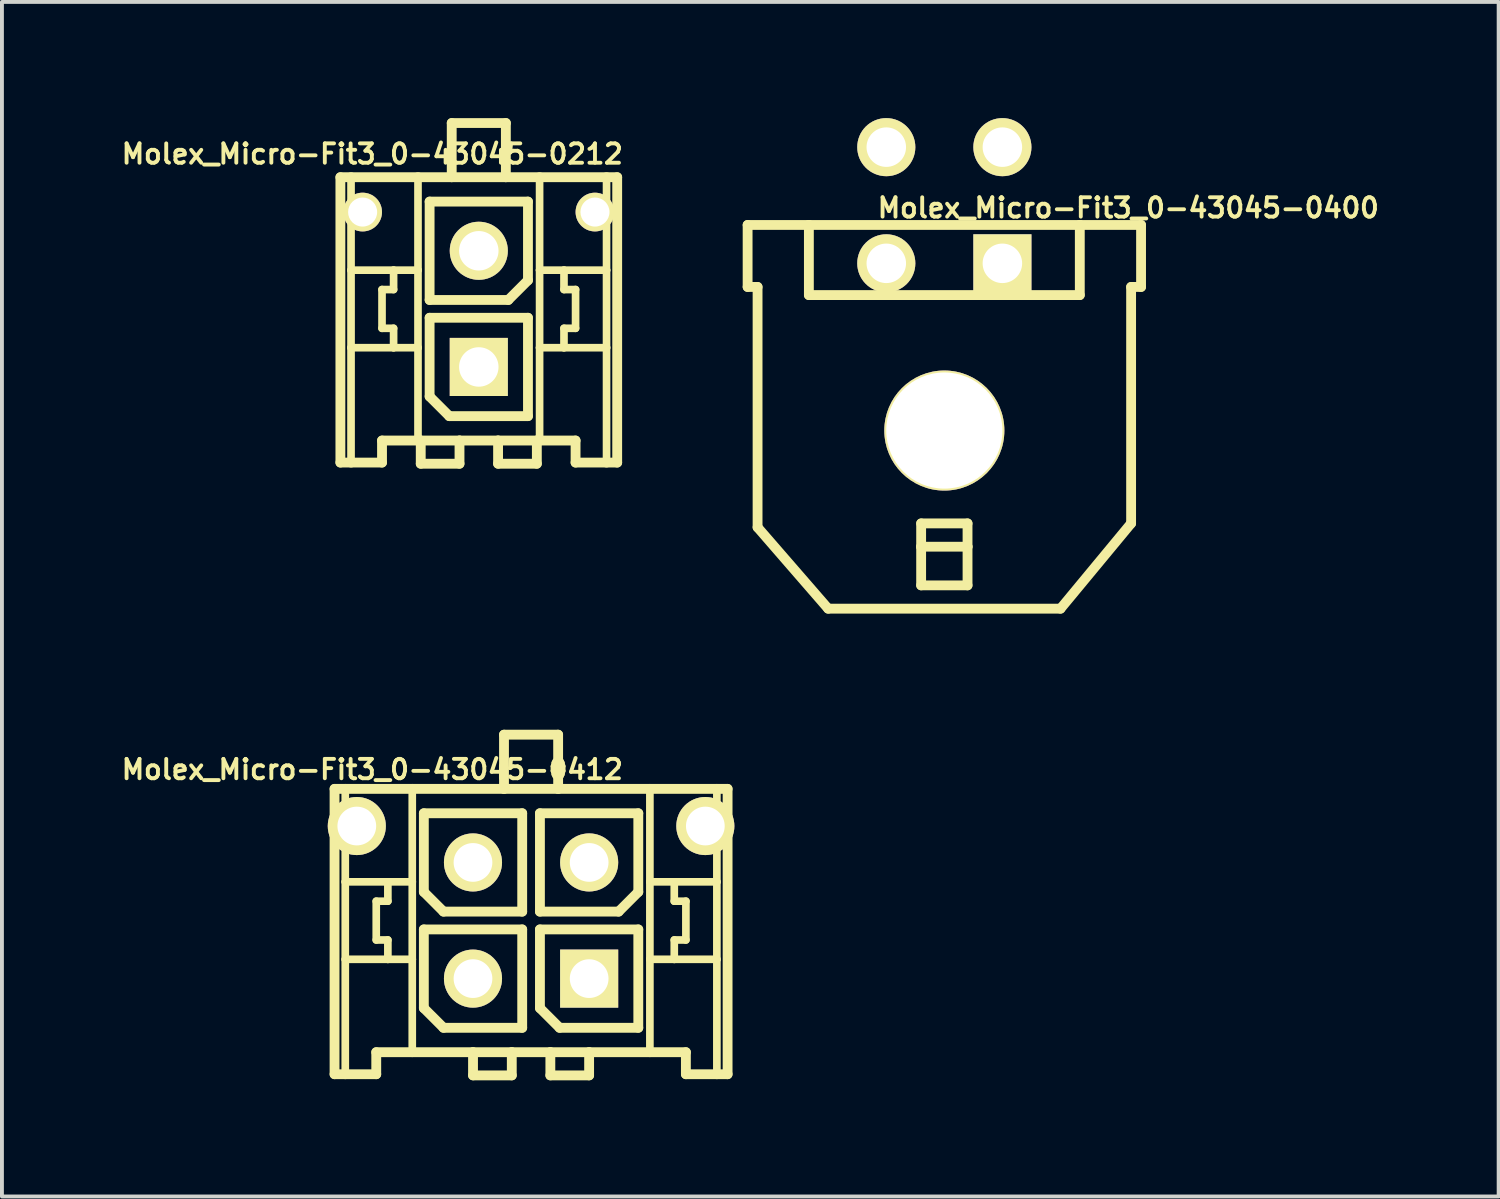
<source format=kicad_pcb>
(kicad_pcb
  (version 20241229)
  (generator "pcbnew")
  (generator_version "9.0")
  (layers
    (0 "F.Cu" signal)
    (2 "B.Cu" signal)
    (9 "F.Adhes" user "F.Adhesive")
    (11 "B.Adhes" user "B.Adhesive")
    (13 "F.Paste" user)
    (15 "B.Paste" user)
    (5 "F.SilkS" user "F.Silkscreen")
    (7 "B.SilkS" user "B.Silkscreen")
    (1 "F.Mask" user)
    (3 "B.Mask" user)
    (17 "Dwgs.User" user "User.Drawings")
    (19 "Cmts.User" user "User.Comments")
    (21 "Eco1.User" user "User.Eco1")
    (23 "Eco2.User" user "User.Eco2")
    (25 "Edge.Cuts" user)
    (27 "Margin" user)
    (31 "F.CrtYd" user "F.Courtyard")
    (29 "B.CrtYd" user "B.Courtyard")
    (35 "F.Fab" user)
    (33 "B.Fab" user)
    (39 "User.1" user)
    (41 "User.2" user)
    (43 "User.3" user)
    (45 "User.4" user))
  (footprint "Molex_Micro-Fit3_0-43045-0400"
    (layer "F.Cu")
    (at 21.336 8.068)
    (property "Reference" "Molex_Micro-Fit3_0-43045-0400" (at 4.75 -5.75 0) (layer "F.SilkS") (effects (font (size 0.5 0.5) (thickness 0.1))))
    (attr exclude_from_pos_files exclude_from_bom)
    (fp_line (start -5.08 -5.309) (end -5.08 -3.708) (stroke (width 0.254) (type solid)) (layer "F.SilkS"))
    (fp_line (start -5.08 -5.309) (end -3.498 -5.309) (stroke (width 0.254) (type solid)) (layer "F.SilkS"))
    (fp_line (start -5.08 -3.708) (end -4.823 -3.708) (stroke (width 0.254) (type solid)) (layer "F.SilkS"))
    (fp_line (start -4.823 2.499) (end -4.823 -3.708) (stroke (width 0.254) (type solid)) (layer "F.SilkS"))
    (fp_line (start -4.823 2.499) (end -3 4.6) (stroke (width 0.254) (type solid)) (layer "F.SilkS"))
    (fp_line (start -3.498 -5.309) (end -3.498 -3.498) (stroke (width 0.254) (type solid)) (layer "F.SilkS"))
    (fp_line (start -3.498 -5.309) (end 3.498 -5.309) (stroke (width 0.254) (type solid)) (layer "F.SilkS"))
    (fp_line (start -3.498 -3.498) (end 3.498 -3.498) (stroke (width 0.254) (type solid)) (layer "F.SilkS"))
    (fp_line (start -0.599 2.398) (end 0.599 2.398) (stroke (width 0.254) (type solid)) (layer "F.SilkS"))
    (fp_line (start -0.599 3) (end -0.599 2.398) (stroke (width 0.254) (type solid)) (layer "F.SilkS"))
    (fp_line (start -0.599 3) (end 0.599 3) (stroke (width 0.254) (type solid)) (layer "F.SilkS"))
    (fp_line (start -0.599 3.998) (end -0.599 3) (stroke (width 0.254) (type solid)) (layer "F.SilkS"))
    (fp_line (start 0.599 2.398) (end 0.599 3) (stroke (width 0.254) (type solid)) (layer "F.SilkS"))
    (fp_line (start 0.599 3) (end 0.599 3.998) (stroke (width 0.254) (type solid)) (layer "F.SilkS"))
    (fp_line (start 0.599 3.998) (end -0.599 3.998) (stroke (width 0.254) (type solid)) (layer "F.SilkS"))
    (fp_line (start 3 4.6) (end -3 4.6) (stroke (width 0.254) (type solid)) (layer "F.SilkS"))
    (fp_line (start 3.498 -5.309) (end 5.08 -5.309) (stroke (width 0.254) (type solid)) (layer "F.SilkS"))
    (fp_line (start 3.498 -3.498) (end 3.498 -5.309) (stroke (width 0.254) (type solid)) (layer "F.SilkS"))
    (fp_line (start 4.823 -3.708) (end 4.823 2.398) (stroke (width 0.254) (type solid)) (layer "F.SilkS"))
    (fp_line (start 4.823 2.398) (end 3 4.6) (stroke (width 0.254) (type solid)) (layer "F.SilkS"))
    (fp_line (start 5.08 -5.309) (end 5.08 -3.708) (stroke (width 0.254) (type solid)) (layer "F.SilkS"))
    (fp_line (start 5.08 -3.708) (end 4.823 -3.708) (stroke (width 0.254) (type solid)) (layer "F.SilkS"))
    (pad "1" thru_hole rect (at 1.499 -4.318) (size 1.5 1.5) (drill 1.02) (layers "*.Cu" "*.Mask" "F.SilkS" "F.Paste"))
    (pad "2" thru_hole circle (at -1.499 -4.318) (size 1.5 1.5) (drill 1.02) (layers "*.Cu" "*.Mask" "F.SilkS" "F.Paste"))
    (pad "3" thru_hole circle (at 1.499 -7.318) (size 1.5 1.5) (drill 1.02) (layers "*.Cu" "*.Mask" "F.SilkS" "F.Paste"))
    (pad "4" thru_hole circle (at -1.499 -7.318) (size 1.5 1.5) (drill 1.02) (layers "*.Cu" "*.Mask" "F.SilkS" "F.Paste"))
    (pad "5" thru_hole circle (at 0 0) (size 3.1 3.1) (drill 3) (layers "*.Cu" "*.Mask" "F.SilkS" "F.Paste")))
  (footprint "Molex_Micro-Fit3_0-43045-0212"
    (layer "F.Cu")
    (at 9.314 6.426)
    (property "Reference" "Molex_Micro-Fit3_0-43045-0212" (at -2.75 -5.5 0) (layer "F.SilkS") (effects (font (size 0.5 0.5) (thickness 0.1))))
    (attr exclude_from_pos_files exclude_from_bom)
    (fp_line (start -3.574 -4.9) (end -3.299 -4.9) (stroke (width 0.254) (type solid)) (layer "F.SilkS"))
    (fp_line (start -3.574 2.469) (end -3.574 -4.9) (stroke (width 0.254) (type solid)) (layer "F.SilkS"))
    (fp_line (start -3.299 -4.9) (end -1.57 -4.9) (stroke (width 0.254) (type solid)) (layer "F.SilkS"))
    (fp_line (start -3.299 -2.499) (end -3.299 -4.9) (stroke (width 0.198) (type solid)) (layer "F.SilkS"))
    (fp_line (start -3.299 -0.498) (end -3.299 -2.499) (stroke (width 0.198) (type solid)) (layer "F.SilkS"))
    (fp_line (start -3.299 2.469) (end -3.574 2.469) (stroke (width 0.254) (type solid)) (layer "F.SilkS"))
    (fp_line (start -3.299 2.469) (end -3.299 -0.498) (stroke (width 0.198) (type solid)) (layer "F.SilkS"))
    (fp_line (start -2.499 -1.999) (end -2.499 -0.998) (stroke (width 0.198) (type solid)) (layer "F.SilkS"))
    (fp_line (start -2.499 -0.998) (end -2.2 -0.998) (stroke (width 0.198) (type solid)) (layer "F.SilkS"))
    (fp_line (start -2.499 1.9) (end -2.499 2.469) (stroke (width 0.254) (type solid)) (layer "F.SilkS"))
    (fp_line (start -2.499 2.469) (end -3.299 2.469) (stroke (width 0.254) (type solid)) (layer "F.SilkS"))
    (fp_line (start -2.2 -2.499) (end -3.299 -2.499) (stroke (width 0.198) (type solid)) (layer "F.SilkS"))
    (fp_line (start -2.2 -2.499) (end -2.2 -1.999) (stroke (width 0.198) (type solid)) (layer "F.SilkS"))
    (fp_line (start -2.2 -1.999) (end -2.499 -1.999) (stroke (width 0.198) (type solid)) (layer "F.SilkS"))
    (fp_line (start -2.2 -0.998) (end -2.2 -0.498) (stroke (width 0.198) (type solid)) (layer "F.SilkS"))
    (fp_line (start -2.2 -0.498) (end -3.299 -0.498) (stroke (width 0.198) (type solid)) (layer "F.SilkS"))
    (fp_line (start -1.57 -4.9) (end -0.699 -4.9) (stroke (width 0.254) (type solid)) (layer "F.SilkS"))
    (fp_line (start -1.57 -2.499) (end -2.2 -2.499) (stroke (width 0.198) (type solid)) (layer "F.SilkS"))
    (fp_line (start -1.57 -2.499) (end -1.57 -4.9) (stroke (width 0.198) (type solid)) (layer "F.SilkS"))
    (fp_line (start -1.57 -0.498) (end -2.2 -0.498) (stroke (width 0.198) (type solid)) (layer "F.SilkS"))
    (fp_line (start -1.57 -0.498) (end -1.57 -2.499) (stroke (width 0.198) (type solid)) (layer "F.SilkS"))
    (fp_line (start -1.57 1.9) (end -2.499 1.9) (stroke (width 0.254) (type solid)) (layer "F.SilkS"))
    (fp_line (start -1.57 1.9) (end -1.57 -0.498) (stroke (width 0.198) (type solid)) (layer "F.SilkS"))
    (fp_line (start -1.499 1.9) (end -1.57 1.9) (stroke (width 0.254) (type solid)) (layer "F.SilkS"))
    (fp_line (start -1.499 1.9) (end -1.499 2.499) (stroke (width 0.254) (type solid)) (layer "F.SilkS"))
    (fp_line (start -1.499 2.499) (end -0.498 2.499) (stroke (width 0.254) (type solid)) (layer "F.SilkS"))
    (fp_line (start -1.27 -4.27) (end -1.27 -1.73) (stroke (width 0.254) (type solid)) (layer "F.SilkS"))
    (fp_line (start -1.27 -1.73) (end 0.762 -1.73) (stroke (width 0.254) (type solid)) (layer "F.SilkS"))
    (fp_line (start -1.27 -1.27) (end 1.27 -1.27) (stroke (width 0.254) (type solid)) (layer "F.SilkS"))
    (fp_line (start -1.27 0.762) (end -1.27 -1.27) (stroke (width 0.254) (type solid)) (layer "F.SilkS"))
    (fp_line (start -0.762 1.27) (end -1.27 0.762) (stroke (width 0.254) (type solid)) (layer "F.SilkS"))
    (fp_line (start -0.699 -6.299) (end -0.699 -4.9) (stroke (width 0.254) (type solid)) (layer "F.SilkS"))
    (fp_line (start -0.699 -6.299) (end 0.699 -6.299) (stroke (width 0.254) (type solid)) (layer "F.SilkS"))
    (fp_line (start -0.699 -4.9) (end 0.699 -4.9) (stroke (width 0.254) (type solid)) (layer "F.SilkS"))
    (fp_line (start -0.498 1.9) (end -1.499 1.9) (stroke (width 0.254) (type solid)) (layer "F.SilkS"))
    (fp_line (start -0.498 2.499) (end -0.498 1.9) (stroke (width 0.254) (type solid)) (layer "F.SilkS"))
    (fp_line (start 0.498 1.9) (end -0.498 1.9) (stroke (width 0.254) (type solid)) (layer "F.SilkS"))
    (fp_line (start 0.498 1.9) (end 0.498 2.499) (stroke (width 0.254) (type solid)) (layer "F.SilkS"))
    (fp_line (start 0.498 2.499) (end 1.499 2.499) (stroke (width 0.254) (type solid)) (layer "F.SilkS"))
    (fp_line (start 0.699 -6.299) (end 0.699 -4.9) (stroke (width 0.254) (type solid)) (layer "F.SilkS"))
    (fp_line (start 0.699 -4.9) (end 1.57 -4.9) (stroke (width 0.254) (type solid)) (layer "F.SilkS"))
    (fp_line (start 0.762 -1.73) (end 1.27 -2.238) (stroke (width 0.254) (type solid)) (layer "F.SilkS"))
    (fp_line (start 1.27 -4.27) (end -1.27 -4.27) (stroke (width 0.254) (type solid)) (layer "F.SilkS"))
    (fp_line (start 1.27 -2.238) (end 1.27 -4.27) (stroke (width 0.254) (type solid)) (layer "F.SilkS"))
    (fp_line (start 1.27 -1.27) (end 1.27 1.27) (stroke (width 0.254) (type solid)) (layer "F.SilkS"))
    (fp_line (start 1.27 1.27) (end -0.762 1.27) (stroke (width 0.254) (type solid)) (layer "F.SilkS"))
    (fp_line (start 1.499 1.9) (end 0.498 1.9) (stroke (width 0.254) (type solid)) (layer "F.SilkS"))
    (fp_line (start 1.499 2.499) (end 1.499 1.9) (stroke (width 0.254) (type solid)) (layer "F.SilkS"))
    (fp_line (start 1.57 -4.9) (end 1.57 -2.499) (stroke (width 0.198) (type solid)) (layer "F.SilkS"))
    (fp_line (start 1.57 -4.9) (end 3.299 -4.9) (stroke (width 0.254) (type solid)) (layer "F.SilkS"))
    (fp_line (start 1.57 -2.499) (end 1.57 -0.498) (stroke (width 0.198) (type solid)) (layer "F.SilkS"))
    (fp_line (start 1.57 -2.499) (end 2.2 -2.499) (stroke (width 0.198) (type solid)) (layer "F.SilkS"))
    (fp_line (start 1.57 -0.498) (end 1.57 1.9) (stroke (width 0.198) (type solid)) (layer "F.SilkS"))
    (fp_line (start 1.57 -0.498) (end 2.2 -0.498) (stroke (width 0.198) (type solid)) (layer "F.SilkS"))
    (fp_line (start 1.57 1.9) (end 1.499 1.9) (stroke (width 0.254) (type solid)) (layer "F.SilkS"))
    (fp_line (start 2.2 -2.499) (end 2.2 -1.999) (stroke (width 0.198) (type solid)) (layer "F.SilkS"))
    (fp_line (start 2.2 -2.499) (end 3.299 -2.499) (stroke (width 0.198) (type solid)) (layer "F.SilkS"))
    (fp_line (start 2.2 -1.999) (end 2.499 -1.999) (stroke (width 0.198) (type solid)) (layer "F.SilkS"))
    (fp_line (start 2.2 -0.998) (end 2.2 -0.498) (stroke (width 0.198) (type solid)) (layer "F.SilkS"))
    (fp_line (start 2.2 -0.498) (end 3.299 -0.498) (stroke (width 0.198) (type solid)) (layer "F.SilkS"))
    (fp_line (start 2.499 -1.999) (end 2.499 -0.998) (stroke (width 0.198) (type solid)) (layer "F.SilkS"))
    (fp_line (start 2.499 -0.998) (end 2.2 -0.998) (stroke (width 0.198) (type solid)) (layer "F.SilkS"))
    (fp_line (start 2.499 1.9) (end 1.57 1.9) (stroke (width 0.254) (type solid)) (layer "F.SilkS"))
    (fp_line (start 2.499 2.469) (end 2.499 1.9) (stroke (width 0.254) (type solid)) (layer "F.SilkS"))
    (fp_line (start 2.499 2.469) (end 3.299 2.469) (stroke (width 0.254) (type solid)) (layer "F.SilkS"))
    (fp_line (start 3.299 -4.9) (end 3.574 -4.9) (stroke (width 0.254) (type solid)) (layer "F.SilkS"))
    (fp_line (start 3.299 -2.499) (end 3.299 -4.9) (stroke (width 0.198) (type solid)) (layer "F.SilkS"))
    (fp_line (start 3.299 -0.498) (end 3.299 -2.499) (stroke (width 0.198) (type solid)) (layer "F.SilkS"))
    (fp_line (start 3.299 2.469) (end 3.299 -0.498) (stroke (width 0.198) (type solid)) (layer "F.SilkS"))
    (fp_line (start 3.299 2.469) (end 3.574 2.469) (stroke (width 0.254) (type solid)) (layer "F.SilkS"))
    (fp_line (start 3.574 -4.9) (end 3.574 2.469) (stroke (width 0.254) (type solid)) (layer "F.SilkS"))
    (pad "1" thru_hole rect (at 0 0) (size 1.5 1.5) (drill 1.019) (layers "*.Cu" "F.Mask" "F.SilkS" "F.Paste"))
    (pad "2" thru_hole circle (at 0 -3) (size 1.5 1.5) (drill 1.019) (layers "*.Cu" "F.Mask" "F.SilkS" "F.Paste"))
    (pad "3" thru_hole circle (at -3 -4) (size 1 1) (drill 0.75) (layers "*.Cu" "F.Mask" "F.SilkS" "F.Paste"))
    (pad "3" thru_hole circle (at 3 -4) (size 1 1) (drill 0.75) (layers "*.Cu" "F.Mask" "F.SilkS" "F.Paste")))
  (footprint "Molex_Micro-Fit3_0-43045-0412"
    (layer "F.Cu")
    (at 10.664 20.721)
    (property "Reference" "Molex_Micro-Fit3_0-43045-0412" (at -4.1 -3.9 0) (layer "F.SilkS") (effects (font (size 0.5 0.5) (thickness 0.1))))
    (attr exclude_from_pos_files exclude_from_bom)
    (fp_line (start -5.075 -3.4) (end -4.798 -3.4) (stroke (width 0.254) (type solid)) (layer "F.SilkS"))
    (fp_line (start -5.075 3.969) (end -5.075 -3.4) (stroke (width 0.254) (type solid)) (layer "F.SilkS"))
    (fp_line (start -4.798 -3.4) (end -3.068 -3.4) (stroke (width 0.254) (type solid)) (layer "F.SilkS"))
    (fp_line (start -4.798 -0.999) (end -4.798 -3.4) (stroke (width 0.198) (type solid)) (layer "F.SilkS"))
    (fp_line (start -4.798 1.002) (end -4.798 -0.999) (stroke (width 0.198) (type solid)) (layer "F.SilkS"))
    (fp_line (start -4.798 3.969) (end -5.075 3.969) (stroke (width 0.254) (type solid)) (layer "F.SilkS"))
    (fp_line (start -4.798 3.969) (end -4.798 1.002) (stroke (width 0.198) (type solid)) (layer "F.SilkS"))
    (fp_line (start -3.998 -0.499) (end -3.998 0.502) (stroke (width 0.198) (type solid)) (layer "F.SilkS"))
    (fp_line (start -3.998 0.502) (end -3.698 0.502) (stroke (width 0.198) (type solid)) (layer "F.SilkS"))
    (fp_line (start -3.998 3.4) (end -3.998 3.969) (stroke (width 0.254) (type solid)) (layer "F.SilkS"))
    (fp_line (start -3.998 3.969) (end -4.798 3.969) (stroke (width 0.254) (type solid)) (layer "F.SilkS"))
    (fp_line (start -3.698 -0.999) (end -4.798 -0.999) (stroke (width 0.198) (type solid)) (layer "F.SilkS"))
    (fp_line (start -3.698 -0.999) (end -3.698 -0.499) (stroke (width 0.198) (type solid)) (layer "F.SilkS"))
    (fp_line (start -3.698 -0.499) (end -3.998 -0.499) (stroke (width 0.198) (type solid)) (layer "F.SilkS"))
    (fp_line (start -3.698 0.502) (end -3.698 1.002) (stroke (width 0.198) (type solid)) (layer "F.SilkS"))
    (fp_line (start -3.698 1.002) (end -4.798 1.002) (stroke (width 0.198) (type solid)) (layer "F.SilkS"))
    (fp_line (start -3.068 -3.4) (end -0.699 -3.4) (stroke (width 0.254) (type solid)) (layer "F.SilkS"))
    (fp_line (start -3.068 -0.999) (end -3.698 -0.999) (stroke (width 0.198) (type solid)) (layer "F.SilkS"))
    (fp_line (start -3.068 -0.999) (end -3.068 -3.4) (stroke (width 0.198) (type solid)) (layer "F.SilkS"))
    (fp_line (start -3.068 1.002) (end -3.698 1.002) (stroke (width 0.198) (type solid)) (layer "F.SilkS"))
    (fp_line (start -3.068 1.002) (end -3.068 -0.999) (stroke (width 0.198) (type solid)) (layer "F.SilkS"))
    (fp_line (start -3.068 3.4) (end -3.998 3.4) (stroke (width 0.254) (type solid)) (layer "F.SilkS"))
    (fp_line (start -3.068 3.4) (end -3.068 1.002) (stroke (width 0.198) (type solid)) (layer "F.SilkS"))
    (fp_line (start -2.769 -2.77) (end -0.229 -2.77) (stroke (width 0.254) (type solid)) (layer "F.SilkS"))
    (fp_line (start -2.769 -0.738) (end -2.769 -2.77) (stroke (width 0.254) (type solid)) (layer "F.SilkS"))
    (fp_line (start -2.769 0.23) (end -0.229 0.23) (stroke (width 0.254) (type solid)) (layer "F.SilkS"))
    (fp_line (start -2.769 2.262) (end -2.769 0.23) (stroke (width 0.254) (type solid)) (layer "F.SilkS"))
    (fp_line (start -2.261 -0.23) (end -2.769 -0.738) (stroke (width 0.254) (type solid)) (layer "F.SilkS"))
    (fp_line (start -2.261 2.77) (end -2.769 2.262) (stroke (width 0.254) (type solid)) (layer "F.SilkS"))
    (fp_line (start -1.499 3.4) (end -3.068 3.4) (stroke (width 0.254) (type solid)) (layer "F.SilkS"))
    (fp_line (start -1.499 3.4) (end -1.499 3.999) (stroke (width 0.254) (type solid)) (layer "F.SilkS"))
    (fp_line (start -1.499 3.999) (end -0.498 3.999) (stroke (width 0.254) (type solid)) (layer "F.SilkS"))
    (fp_line (start -0.699 -4.799) (end -0.699 -3.4) (stroke (width 0.254) (type solid)) (layer "F.SilkS"))
    (fp_line (start -0.699 -4.799) (end 0.699 -4.799) (stroke (width 0.254) (type solid)) (layer "F.SilkS"))
    (fp_line (start -0.699 -3.4) (end 0.699 -3.4) (stroke (width 0.254) (type solid)) (layer "F.SilkS"))
    (fp_line (start -0.498 3.4) (end -1.499 3.4) (stroke (width 0.254) (type solid)) (layer "F.SilkS"))
    (fp_line (start -0.498 3.999) (end -0.498 3.4) (stroke (width 0.254) (type solid)) (layer "F.SilkS"))
    (fp_line (start -0.229 -2.77) (end -0.229 -0.23) (stroke (width 0.254) (type solid)) (layer "F.SilkS"))
    (fp_line (start -0.229 -0.23) (end -2.261 -0.23) (stroke (width 0.254) (type solid)) (layer "F.SilkS"))
    (fp_line (start -0.229 0.23) (end -0.229 2.77) (stroke (width 0.254) (type solid)) (layer "F.SilkS"))
    (fp_line (start -0.229 2.77) (end -2.261 2.77) (stroke (width 0.254) (type solid)) (layer "F.SilkS"))
    (fp_line (start 0.229 -2.77) (end 0.229 -0.23) (stroke (width 0.254) (type solid)) (layer "F.SilkS"))
    (fp_line (start 0.229 -0.23) (end 2.261 -0.23) (stroke (width 0.254) (type solid)) (layer "F.SilkS"))
    (fp_line (start 0.229 0.23) (end 2.769 0.23) (stroke (width 0.254) (type solid)) (layer "F.SilkS"))
    (fp_line (start 0.229 2.262) (end 0.229 0.23) (stroke (width 0.254) (type solid)) (layer "F.SilkS"))
    (fp_line (start 0.498 3.4) (end -0.498 3.4) (stroke (width 0.254) (type solid)) (layer "F.SilkS"))
    (fp_line (start 0.498 3.4) (end 0.498 3.999) (stroke (width 0.254) (type solid)) (layer "F.SilkS"))
    (fp_line (start 0.498 3.999) (end 1.499 3.999) (stroke (width 0.254) (type solid)) (layer "F.SilkS"))
    (fp_line (start 0.699 -4.799) (end 0.699 -3.4) (stroke (width 0.254) (type solid)) (layer "F.SilkS"))
    (fp_line (start 0.699 -3.4) (end 3.068 -3.4) (stroke (width 0.254) (type solid)) (layer "F.SilkS"))
    (fp_line (start 0.737 2.77) (end 0.229 2.262) (stroke (width 0.254) (type solid)) (layer "F.SilkS"))
    (fp_line (start 1.499 3.4) (end 0.498 3.4) (stroke (width 0.254) (type solid)) (layer "F.SilkS"))
    (fp_line (start 1.499 3.999) (end 1.499 3.4) (stroke (width 0.254) (type solid)) (layer "F.SilkS"))
    (fp_line (start 2.261 -0.23) (end 2.769 -0.738) (stroke (width 0.254) (type solid)) (layer "F.SilkS"))
    (fp_line (start 2.769 -2.77) (end 0.229 -2.77) (stroke (width 0.254) (type solid)) (layer "F.SilkS"))
    (fp_line (start 2.769 -0.738) (end 2.769 -2.77) (stroke (width 0.254) (type solid)) (layer "F.SilkS"))
    (fp_line (start 2.769 0.23) (end 2.769 2.77) (stroke (width 0.254) (type solid)) (layer "F.SilkS"))
    (fp_line (start 2.769 2.77) (end 0.737 2.77) (stroke (width 0.254) (type solid)) (layer "F.SilkS"))
    (fp_line (start 3.068 -3.4) (end 3.068 -0.999) (stroke (width 0.198) (type solid)) (layer "F.SilkS"))
    (fp_line (start 3.068 -3.4) (end 4.798 -3.4) (stroke (width 0.254) (type solid)) (layer "F.SilkS"))
    (fp_line (start 3.068 -0.999) (end 3.068 1.002) (stroke (width 0.198) (type solid)) (layer "F.SilkS"))
    (fp_line (start 3.068 -0.999) (end 3.698 -0.999) (stroke (width 0.198) (type solid)) (layer "F.SilkS"))
    (fp_line (start 3.068 1.002) (end 3.068 3.4) (stroke (width 0.198) (type solid)) (layer "F.SilkS"))
    (fp_line (start 3.068 1.002) (end 3.698 1.002) (stroke (width 0.198) (type solid)) (layer "F.SilkS"))
    (fp_line (start 3.068 3.4) (end 1.499 3.4) (stroke (width 0.254) (type solid)) (layer "F.SilkS"))
    (fp_line (start 3.698 -0.999) (end 3.698 -0.499) (stroke (width 0.198) (type solid)) (layer "F.SilkS"))
    (fp_line (start 3.698 -0.999) (end 4.798 -0.999) (stroke (width 0.198) (type solid)) (layer "F.SilkS"))
    (fp_line (start 3.698 -0.499) (end 3.998 -0.499) (stroke (width 0.198) (type solid)) (layer "F.SilkS"))
    (fp_line (start 3.698 0.502) (end 3.698 1.002) (stroke (width 0.198) (type solid)) (layer "F.SilkS"))
    (fp_line (start 3.698 1.002) (end 4.798 1.002) (stroke (width 0.198) (type solid)) (layer "F.SilkS"))
    (fp_line (start 3.998 -0.499) (end 3.998 0.502) (stroke (width 0.198) (type solid)) (layer "F.SilkS"))
    (fp_line (start 3.998 0.502) (end 3.698 0.502) (stroke (width 0.198) (type solid)) (layer "F.SilkS"))
    (fp_line (start 3.998 3.4) (end 3.068 3.4) (stroke (width 0.254) (type solid)) (layer "F.SilkS"))
    (fp_line (start 3.998 3.969) (end 3.998 3.4) (stroke (width 0.254) (type solid)) (layer "F.SilkS"))
    (fp_line (start 3.998 3.969) (end 4.798 3.969) (stroke (width 0.254) (type solid)) (layer "F.SilkS"))
    (fp_line (start 4.798 -3.4) (end 5.075 -3.4) (stroke (width 0.254) (type solid)) (layer "F.SilkS"))
    (fp_line (start 4.798 -0.999) (end 4.798 -3.4) (stroke (width 0.198) (type solid)) (layer "F.SilkS"))
    (fp_line (start 4.798 1.002) (end 4.798 -0.999) (stroke (width 0.198) (type solid)) (layer "F.SilkS"))
    (fp_line (start 4.798 3.969) (end 4.798 1.002) (stroke (width 0.198) (type solid)) (layer "F.SilkS"))
    (fp_line (start 4.798 3.969) (end 5.075 3.969) (stroke (width 0.254) (type solid)) (layer "F.SilkS"))
    (fp_line (start 5.075 -3.4) (end 5.075 3.969) (stroke (width 0.254) (type solid)) (layer "F.SilkS"))
    (pad "1" thru_hole rect (at 1.5 1.5) (size 1.5 1.5) (drill 1) (layers "*.Cu" "F.Mask" "F.SilkS" "F.Paste"))
    (pad "2" thru_hole circle (at -1.5 1.5) (size 1.5 1.5) (drill 1) (layers "*.Cu" "F.Mask" "F.SilkS" "F.Paste"))
    (pad "3" thru_hole circle (at 1.5 -1.5) (size 1.5 1.5) (drill 1) (layers "*.Cu" "F.Mask" "F.SilkS" "F.Paste"))
    (pad "4" thru_hole circle (at -1.5 -1.5) (size 1.5 1.5) (drill 1) (layers "*.Cu" "F.Mask" "F.SilkS" "F.Paste"))
    (pad "5" thru_hole circle (at -4.5 -2.44) (size 1.5 1.5) (drill 1) (layers "*.Cu" "F.Mask" "F.SilkS" "F.Paste"))
    (pad "5" thru_hole circle (at 4.5 -2.44) (size 1.5 1.5) (drill 1) (layers "*.Cu" "F.Mask" "F.SilkS" "F.Paste")))
  (gr_rect
    (start -3 -3)
    (end 35.65 27.847)
    (stroke (width 0.1) (type default))
    (fill no)
    (layer "Edge.Cuts")))
</source>
